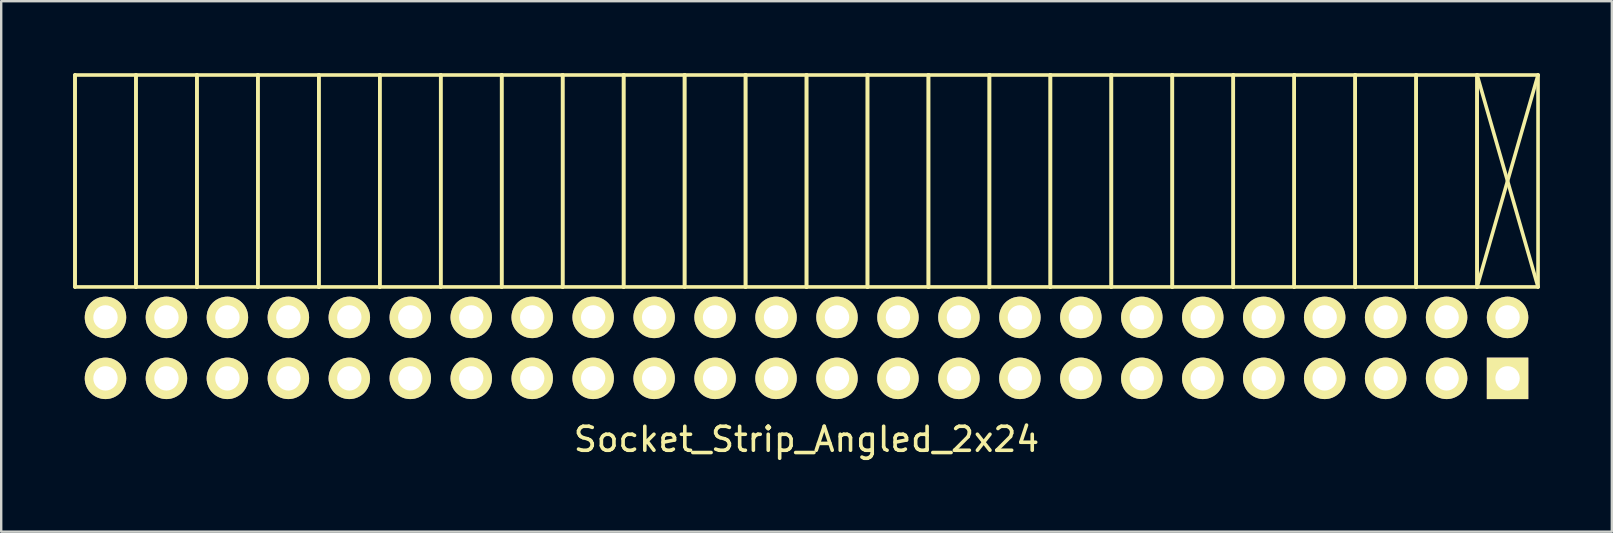
<source format=kicad_pcb>
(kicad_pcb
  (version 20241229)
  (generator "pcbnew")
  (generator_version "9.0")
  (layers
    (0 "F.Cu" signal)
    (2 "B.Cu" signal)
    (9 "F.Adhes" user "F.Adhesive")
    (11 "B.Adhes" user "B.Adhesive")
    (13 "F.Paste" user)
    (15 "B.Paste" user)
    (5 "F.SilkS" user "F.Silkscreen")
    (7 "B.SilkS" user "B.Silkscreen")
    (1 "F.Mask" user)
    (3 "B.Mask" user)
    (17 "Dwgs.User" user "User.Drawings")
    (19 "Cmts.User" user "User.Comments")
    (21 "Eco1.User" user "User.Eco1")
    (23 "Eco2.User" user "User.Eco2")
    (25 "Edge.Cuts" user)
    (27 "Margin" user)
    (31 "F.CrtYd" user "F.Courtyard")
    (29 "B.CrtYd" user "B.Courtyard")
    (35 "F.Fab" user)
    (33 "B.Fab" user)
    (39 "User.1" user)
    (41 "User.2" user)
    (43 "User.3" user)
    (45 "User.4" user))
  (footprint "Socket_Strip_Angled_2x24"
    (layer "F.Cu")
    (at 30.555 11.445)
    (property "Reference" "Socket_Strip_Angled_2x24" (at 0 3.81 0) (layer "F.SilkS") (effects (font (size 1 1) (thickness 0.15))))
    (attr through_hole)
    (fp_line (start -30.48 -11.37) (end -30.48 -2.54) (stroke (width 0.15) (type solid)) (layer "F.SilkS"))
    (fp_line (start -30.48 -2.54) (end -30.48 -11.37) (stroke (width 0.15) (type solid)) (layer "F.SilkS"))
    (fp_line (start -27.94 -11.37) (end -30.48 -11.37) (stroke (width 0.15) (type solid)) (layer "F.SilkS"))
    (fp_line (start -27.94 -11.37) (end -27.94 -2.54) (stroke (width 0.15) (type solid)) (layer "F.SilkS"))
    (fp_line (start -27.94 -2.54) (end -30.48 -2.54) (stroke (width 0.15) (type solid)) (layer "F.SilkS"))
    (fp_line (start -27.94 -2.54) (end -27.94 -11.37) (stroke (width 0.15) (type solid)) (layer "F.SilkS"))
    (fp_line (start -25.4 -11.37) (end -27.94 -11.37) (stroke (width 0.15) (type solid)) (layer "F.SilkS"))
    (fp_line (start -25.4 -11.37) (end -25.4 -2.54) (stroke (width 0.15) (type solid)) (layer "F.SilkS"))
    (fp_line (start -25.4 -2.54) (end -27.94 -2.54) (stroke (width 0.15) (type solid)) (layer "F.SilkS"))
    (fp_line (start -25.4 -2.54) (end -25.4 -11.37) (stroke (width 0.15) (type solid)) (layer "F.SilkS"))
    (fp_line (start -22.86 -11.37) (end -25.4 -11.37) (stroke (width 0.15) (type solid)) (layer "F.SilkS"))
    (fp_line (start -22.86 -11.37) (end -22.86 -2.54) (stroke (width 0.15) (type solid)) (layer "F.SilkS"))
    (fp_line (start -22.86 -2.54) (end -25.4 -2.54) (stroke (width 0.15) (type solid)) (layer "F.SilkS"))
    (fp_line (start -22.86 -2.54) (end -22.86 -11.37) (stroke (width 0.15) (type solid)) (layer "F.SilkS"))
    (fp_line (start -20.32 -11.37) (end -22.86 -11.37) (stroke (width 0.15) (type solid)) (layer "F.SilkS"))
    (fp_line (start -20.32 -11.37) (end -20.32 -2.54) (stroke (width 0.15) (type solid)) (layer "F.SilkS"))
    (fp_line (start -20.32 -2.54) (end -22.86 -2.54) (stroke (width 0.15) (type solid)) (layer "F.SilkS"))
    (fp_line (start -20.32 -2.54) (end -20.32 -11.37) (stroke (width 0.15) (type solid)) (layer "F.SilkS"))
    (fp_line (start -17.78 -11.37) (end -20.32 -11.37) (stroke (width 0.15) (type solid)) (layer "F.SilkS"))
    (fp_line (start -17.78 -11.37) (end -17.78 -2.54) (stroke (width 0.15) (type solid)) (layer "F.SilkS"))
    (fp_line (start -17.78 -2.54) (end -20.32 -2.54) (stroke (width 0.15) (type solid)) (layer "F.SilkS"))
    (fp_line (start -17.78 -2.54) (end -17.78 -11.37) (stroke (width 0.15) (type solid)) (layer "F.SilkS"))
    (fp_line (start -15.24 -11.37) (end -17.78 -11.37) (stroke (width 0.15) (type solid)) (layer "F.SilkS"))
    (fp_line (start -15.24 -11.37) (end -15.24 -2.54) (stroke (width 0.15) (type solid)) (layer "F.SilkS"))
    (fp_line (start -15.24 -2.54) (end -17.78 -2.54) (stroke (width 0.15) (type solid)) (layer "F.SilkS"))
    (fp_line (start -15.24 -2.54) (end -15.24 -11.37) (stroke (width 0.15) (type solid)) (layer "F.SilkS"))
    (fp_line (start -12.7 -11.37) (end -15.24 -11.37) (stroke (width 0.15) (type solid)) (layer "F.SilkS"))
    (fp_line (start -12.7 -11.37) (end -12.7 -2.54) (stroke (width 0.15) (type solid)) (layer "F.SilkS"))
    (fp_line (start -12.7 -2.54) (end -15.24 -2.54) (stroke (width 0.15) (type solid)) (layer "F.SilkS"))
    (fp_line (start -12.7 -2.54) (end -12.7 -11.37) (stroke (width 0.15) (type solid)) (layer "F.SilkS"))
    (fp_line (start -10.16 -11.37) (end -12.7 -11.37) (stroke (width 0.15) (type solid)) (layer "F.SilkS"))
    (fp_line (start -10.16 -11.37) (end -10.16 -2.54) (stroke (width 0.15) (type solid)) (layer "F.SilkS"))
    (fp_line (start -10.16 -2.54) (end -12.7 -2.54) (stroke (width 0.15) (type solid)) (layer "F.SilkS"))
    (fp_line (start -10.16 -2.54) (end -10.16 -11.37) (stroke (width 0.15) (type solid)) (layer "F.SilkS"))
    (fp_line (start -7.62 -11.37) (end -10.16 -11.37) (stroke (width 0.15) (type solid)) (layer "F.SilkS"))
    (fp_line (start -7.62 -11.37) (end -7.62 -2.54) (stroke (width 0.15) (type solid)) (layer "F.SilkS"))
    (fp_line (start -7.62 -2.54) (end -10.16 -2.54) (stroke (width 0.15) (type solid)) (layer "F.SilkS"))
    (fp_line (start -7.62 -2.54) (end -7.62 -11.37) (stroke (width 0.15) (type solid)) (layer "F.SilkS"))
    (fp_line (start -5.08 -11.37) (end -7.62 -11.37) (stroke (width 0.15) (type solid)) (layer "F.SilkS"))
    (fp_line (start -5.08 -11.37) (end -5.08 -2.54) (stroke (width 0.15) (type solid)) (layer "F.SilkS"))
    (fp_line (start -5.08 -2.54) (end -7.62 -2.54) (stroke (width 0.15) (type solid)) (layer "F.SilkS"))
    (fp_line (start -5.08 -2.54) (end -5.08 -11.37) (stroke (width 0.15) (type solid)) (layer "F.SilkS"))
    (fp_line (start -2.54 -11.37) (end -5.08 -11.37) (stroke (width 0.15) (type solid)) (layer "F.SilkS"))
    (fp_line (start -2.54 -11.37) (end -2.54 -2.54) (stroke (width 0.15) (type solid)) (layer "F.SilkS"))
    (fp_line (start -2.54 -2.54) (end -5.08 -2.54) (stroke (width 0.15) (type solid)) (layer "F.SilkS"))
    (fp_line (start -2.54 -2.54) (end -2.54 -11.37) (stroke (width 0.15) (type solid)) (layer "F.SilkS"))
    (fp_line (start 0 -11.37) (end -2.54 -11.37) (stroke (width 0.15) (type solid)) (layer "F.SilkS"))
    (fp_line (start 0 -11.37) (end 0 -2.54) (stroke (width 0.15) (type solid)) (layer "F.SilkS"))
    (fp_line (start 0 -2.54) (end -2.54 -2.54) (stroke (width 0.15) (type solid)) (layer "F.SilkS"))
    (fp_line (start 0 -2.54) (end 0 -11.37) (stroke (width 0.15) (type solid)) (layer "F.SilkS"))
    (fp_line (start 2.54 -11.37) (end 0 -11.37) (stroke (width 0.15) (type solid)) (layer "F.SilkS"))
    (fp_line (start 2.54 -11.37) (end 2.54 -2.54) (stroke (width 0.15) (type solid)) (layer "F.SilkS"))
    (fp_line (start 2.54 -2.54) (end 0 -2.54) (stroke (width 0.15) (type solid)) (layer "F.SilkS"))
    (fp_line (start 2.54 -2.54) (end 2.54 -11.37) (stroke (width 0.15) (type solid)) (layer "F.SilkS"))
    (fp_line (start 5.08 -11.37) (end 2.54 -11.37) (stroke (width 0.15) (type solid)) (layer "F.SilkS"))
    (fp_line (start 5.08 -11.37) (end 5.08 -2.54) (stroke (width 0.15) (type solid)) (layer "F.SilkS"))
    (fp_line (start 5.08 -2.54) (end 2.54 -2.54) (stroke (width 0.15) (type solid)) (layer "F.SilkS"))
    (fp_line (start 5.08 -2.54) (end 5.08 -11.37) (stroke (width 0.15) (type solid)) (layer "F.SilkS"))
    (fp_line (start 7.62 -11.37) (end 5.08 -11.37) (stroke (width 0.15) (type solid)) (layer "F.SilkS"))
    (fp_line (start 7.62 -11.37) (end 7.62 -2.54) (stroke (width 0.15) (type solid)) (layer "F.SilkS"))
    (fp_line (start 7.62 -2.54) (end 5.08 -2.54) (stroke (width 0.15) (type solid)) (layer "F.SilkS"))
    (fp_line (start 7.62 -2.54) (end 7.62 -11.37) (stroke (width 0.15) (type solid)) (layer "F.SilkS"))
    (fp_line (start 10.16 -11.37) (end 7.62 -11.37) (stroke (width 0.15) (type solid)) (layer "F.SilkS"))
    (fp_line (start 10.16 -11.37) (end 10.16 -2.54) (stroke (width 0.15) (type solid)) (layer "F.SilkS"))
    (fp_line (start 10.16 -2.54) (end 7.62 -2.54) (stroke (width 0.15) (type solid)) (layer "F.SilkS"))
    (fp_line (start 10.16 -2.54) (end 10.16 -11.37) (stroke (width 0.15) (type solid)) (layer "F.SilkS"))
    (fp_line (start 12.7 -11.37) (end 10.16 -11.37) (stroke (width 0.15) (type solid)) (layer "F.SilkS"))
    (fp_line (start 12.7 -11.37) (end 12.7 -2.54) (stroke (width 0.15) (type solid)) (layer "F.SilkS"))
    (fp_line (start 12.7 -2.54) (end 10.16 -2.54) (stroke (width 0.15) (type solid)) (layer "F.SilkS"))
    (fp_line (start 12.7 -2.54) (end 12.7 -11.37) (stroke (width 0.15) (type solid)) (layer "F.SilkS"))
    (fp_line (start 15.24 -11.37) (end 12.7 -11.37) (stroke (width 0.15) (type solid)) (layer "F.SilkS"))
    (fp_line (start 15.24 -11.37) (end 15.24 -2.54) (stroke (width 0.15) (type solid)) (layer "F.SilkS"))
    (fp_line (start 15.24 -2.54) (end 12.7 -2.54) (stroke (width 0.15) (type solid)) (layer "F.SilkS"))
    (fp_line (start 15.24 -2.54) (end 15.24 -11.37) (stroke (width 0.15) (type solid)) (layer "F.SilkS"))
    (fp_line (start 17.78 -11.37) (end 15.24 -11.37) (stroke (width 0.15) (type solid)) (layer "F.SilkS"))
    (fp_line (start 17.78 -11.37) (end 17.78 -2.54) (stroke (width 0.15) (type solid)) (layer "F.SilkS"))
    (fp_line (start 17.78 -2.54) (end 15.24 -2.54) (stroke (width 0.15) (type solid)) (layer "F.SilkS"))
    (fp_line (start 17.78 -2.54) (end 17.78 -11.37) (stroke (width 0.15) (type solid)) (layer "F.SilkS"))
    (fp_line (start 20.32 -11.37) (end 17.78 -11.37) (stroke (width 0.15) (type solid)) (layer "F.SilkS"))
    (fp_line (start 20.32 -11.37) (end 20.32 -2.54) (stroke (width 0.15) (type solid)) (layer "F.SilkS"))
    (fp_line (start 20.32 -2.54) (end 17.78 -2.54) (stroke (width 0.15) (type solid)) (layer "F.SilkS"))
    (fp_line (start 20.32 -2.54) (end 20.32 -11.37) (stroke (width 0.15) (type solid)) (layer "F.SilkS"))
    (fp_line (start 22.86 -11.37) (end 20.32 -11.37) (stroke (width 0.15) (type solid)) (layer "F.SilkS"))
    (fp_line (start 22.86 -11.37) (end 22.86 -2.54) (stroke (width 0.15) (type solid)) (layer "F.SilkS"))
    (fp_line (start 22.86 -2.54) (end 20.32 -2.54) (stroke (width 0.15) (type solid)) (layer "F.SilkS"))
    (fp_line (start 22.86 -2.54) (end 22.86 -11.37) (stroke (width 0.15) (type solid)) (layer "F.SilkS"))
    (fp_line (start 25.4 -11.37) (end 22.86 -11.37) (stroke (width 0.15) (type solid)) (layer "F.SilkS"))
    (fp_line (start 25.4 -11.37) (end 25.4 -2.54) (stroke (width 0.15) (type solid)) (layer "F.SilkS"))
    (fp_line (start 25.4 -2.54) (end 22.86 -2.54) (stroke (width 0.15) (type solid)) (layer "F.SilkS"))
    (fp_line (start 25.4 -2.54) (end 25.4 -11.37) (stroke (width 0.15) (type solid)) (layer "F.SilkS"))
    (fp_line (start 27.94 -11.37) (end 25.4 -11.37) (stroke (width 0.15) (type solid)) (layer "F.SilkS"))
    (fp_line (start 27.94 -11.37) (end 27.94 -2.54) (stroke (width 0.15) (type solid)) (layer "F.SilkS"))
    (fp_line (start 27.94 -2.54) (end 25.4 -2.54) (stroke (width 0.15) (type solid)) (layer "F.SilkS"))
    (fp_line (start 27.94 -2.54) (end 27.94 -11.37) (stroke (width 0.15) (type solid)) (layer "F.SilkS"))
    (fp_line (start 30.48 -11.37) (end 27.94 -11.37) (stroke (width 0.15) (type solid)) (layer "F.SilkS"))
    (fp_line (start 30.48 -11.37) (end 27.94 -2.54) (stroke (width 0.15) (type solid)) (layer "F.SilkS"))
    (fp_line (start 30.48 -2.54) (end 27.94 -11.37) (stroke (width 0.15) (type solid)) (layer "F.SilkS"))
    (fp_line (start 30.48 -2.54) (end 27.94 -2.54) (stroke (width 0.15) (type solid)) (layer "F.SilkS"))
    (fp_line (start 30.48 -2.54) (end 30.48 -11.37) (stroke (width 0.15) (type solid)) (layer "F.SilkS"))
    (pad "1" thru_hole rect (at 29.21 1.27 180) (size 1.727 1.727) (drill 1.016) (layers "*.Cu" "*.Mask" "F.SilkS"))
    (pad "2" thru_hole oval (at 29.21 -1.27 180) (size 1.727 1.727) (drill 1.016) (layers "*.Cu" "*.Mask" "F.SilkS"))
    (pad "3" thru_hole oval (at 26.67 1.27 180) (size 1.727 1.727) (drill 1.016) (layers "*.Cu" "*.Mask" "F.SilkS"))
    (pad "4" thru_hole oval (at 26.67 -1.27 180) (size 1.727 1.727) (drill 1.016) (layers "*.Cu" "*.Mask" "F.SilkS"))
    (pad "5" thru_hole oval (at 24.13 1.27 180) (size 1.727 1.727) (drill 1.016) (layers "*.Cu" "*.Mask" "F.SilkS"))
    (pad "6" thru_hole oval (at 24.13 -1.27 180) (size 1.727 1.727) (drill 1.016) (layers "*.Cu" "*.Mask" "F.SilkS"))
    (pad "7" thru_hole oval (at 21.59 1.27 180) (size 1.727 1.727) (drill 1.016) (layers "*.Cu" "*.Mask" "F.SilkS"))
    (pad "8" thru_hole oval (at 21.59 -1.27 180) (size 1.727 1.727) (drill 1.016) (layers "*.Cu" "*.Mask" "F.SilkS"))
    (pad "9" thru_hole oval (at 19.05 1.27 180) (size 1.727 1.727) (drill 1.016) (layers "*.Cu" "*.Mask" "F.SilkS"))
    (pad "10" thru_hole oval (at 19.05 -1.27 180) (size 1.727 1.727) (drill 1.016) (layers "*.Cu" "*.Mask" "F.SilkS"))
    (pad "11" thru_hole oval (at 16.51 1.27 180) (size 1.727 1.727) (drill 1.016) (layers "*.Cu" "*.Mask" "F.SilkS"))
    (pad "12" thru_hole oval (at 16.51 -1.27 180) (size 1.727 1.727) (drill 1.016) (layers "*.Cu" "*.Mask" "F.SilkS"))
    (pad "13" thru_hole oval (at 13.97 1.27 180) (size 1.727 1.727) (drill 1.016) (layers "*.Cu" "*.Mask" "F.SilkS"))
    (pad "14" thru_hole oval (at 13.97 -1.27 180) (size 1.727 1.727) (drill 1.016) (layers "*.Cu" "*.Mask" "F.SilkS"))
    (pad "15" thru_hole oval (at 11.43 1.27 180) (size 1.727 1.727) (drill 1.016) (layers "*.Cu" "*.Mask" "F.SilkS"))
    (pad "16" thru_hole oval (at 11.43 -1.27 180) (size 1.727 1.727) (drill 1.016) (layers "*.Cu" "*.Mask" "F.SilkS"))
    (pad "17" thru_hole oval (at 8.89 1.27 180) (size 1.727 1.727) (drill 1.016) (layers "*.Cu" "*.Mask" "F.SilkS"))
    (pad "18" thru_hole oval (at 8.89 -1.27 180) (size 1.727 1.727) (drill 1.016) (layers "*.Cu" "*.Mask" "F.SilkS"))
    (pad "19" thru_hole oval (at 6.35 1.27 180) (size 1.727 1.727) (drill 1.016) (layers "*.Cu" "*.Mask" "F.SilkS"))
    (pad "20" thru_hole oval (at 6.35 -1.27 180) (size 1.727 1.727) (drill 1.016) (layers "*.Cu" "*.Mask" "F.SilkS"))
    (pad "21" thru_hole oval (at 3.81 1.27 180) (size 1.727 1.727) (drill 1.016) (layers "*.Cu" "*.Mask" "F.SilkS"))
    (pad "22" thru_hole oval (at 3.81 -1.27 180) (size 1.727 1.727) (drill 1.016) (layers "*.Cu" "*.Mask" "F.SilkS"))
    (pad "23" thru_hole oval (at 1.27 1.27 180) (size 1.727 1.727) (drill 1.016) (layers "*.Cu" "*.Mask" "F.SilkS"))
    (pad "24" thru_hole oval (at 1.27 -1.27 180) (size 1.727 1.727) (drill 1.016) (layers "*.Cu" "*.Mask" "F.SilkS"))
    (pad "25" thru_hole oval (at -1.27 1.27 180) (size 1.727 1.727) (drill 1.016) (layers "*.Cu" "*.Mask" "F.SilkS"))
    (pad "26" thru_hole oval (at -1.27 -1.27 180) (size 1.727 1.727) (drill 1.016) (layers "*.Cu" "*.Mask" "F.SilkS"))
    (pad "27" thru_hole oval (at -3.81 1.27 180) (size 1.727 1.727) (drill 1.016) (layers "*.Cu" "*.Mask" "F.SilkS"))
    (pad "28" thru_hole oval (at -3.81 -1.27 180) (size 1.727 1.727) (drill 1.016) (layers "*.Cu" "*.Mask" "F.SilkS"))
    (pad "29" thru_hole oval (at -6.35 1.27 180) (size 1.727 1.727) (drill 1.016) (layers "*.Cu" "*.Mask" "F.SilkS"))
    (pad "30" thru_hole oval (at -6.35 -1.27 180) (size 1.727 1.727) (drill 1.016) (layers "*.Cu" "*.Mask" "F.SilkS"))
    (pad "31" thru_hole oval (at -8.89 1.27 180) (size 1.727 1.727) (drill 1.016) (layers "*.Cu" "*.Mask" "F.SilkS"))
    (pad "32" thru_hole oval (at -8.89 -1.27 180) (size 1.727 1.727) (drill 1.016) (layers "*.Cu" "*.Mask" "F.SilkS"))
    (pad "33" thru_hole oval (at -11.43 1.27 180) (size 1.727 1.727) (drill 1.016) (layers "*.Cu" "*.Mask" "F.SilkS"))
    (pad "34" thru_hole oval (at -11.43 -1.27 180) (size 1.727 1.727) (drill 1.016) (layers "*.Cu" "*.Mask" "F.SilkS"))
    (pad "35" thru_hole oval (at -13.97 1.27 180) (size 1.727 1.727) (drill 1.016) (layers "*.Cu" "*.Mask" "F.SilkS"))
    (pad "36" thru_hole oval (at -13.97 -1.27 180) (size 1.727 1.727) (drill 1.016) (layers "*.Cu" "*.Mask" "F.SilkS"))
    (pad "37" thru_hole oval (at -16.51 1.27 180) (size 1.727 1.727) (drill 1.016) (layers "*.Cu" "*.Mask" "F.SilkS"))
    (pad "38" thru_hole oval (at -16.51 -1.27 180) (size 1.727 1.727) (drill 1.016) (layers "*.Cu" "*.Mask" "F.SilkS"))
    (pad "39" thru_hole oval (at -19.05 1.27 180) (size 1.727 1.727) (drill 1.016) (layers "*.Cu" "*.Mask" "F.SilkS"))
    (pad "40" thru_hole oval (at -19.05 -1.27 180) (size 1.727 1.727) (drill 1.016) (layers "*.Cu" "*.Mask" "F.SilkS"))
    (pad "41" thru_hole oval (at -21.59 1.27 180) (size 1.727 1.727) (drill 1.016) (layers "*.Cu" "*.Mask" "F.SilkS"))
    (pad "42" thru_hole oval (at -21.59 -1.27 180) (size 1.727 1.727) (drill 1.016) (layers "*.Cu" "*.Mask" "F.SilkS"))
    (pad "43" thru_hole oval (at -24.13 1.27 180) (size 1.727 1.727) (drill 1.016) (layers "*.Cu" "*.Mask" "F.SilkS"))
    (pad "44" thru_hole oval (at -24.13 -1.27 180) (size 1.727 1.727) (drill 1.016) (layers "*.Cu" "*.Mask" "F.SilkS"))
    (pad "45" thru_hole oval (at -26.67 1.27 180) (size 1.727 1.727) (drill 1.016) (layers "*.Cu" "*.Mask" "F.SilkS"))
    (pad "46" thru_hole oval (at -26.67 -1.27 180) (size 1.727 1.727) (drill 1.016) (layers "*.Cu" "*.Mask" "F.SilkS"))
    (pad "47" thru_hole oval (at -29.21 1.27 180) (size 1.727 1.727) (drill 1.016) (layers "*.Cu" "*.Mask" "F.SilkS"))
    (pad "48" thru_hole oval (at -29.21 -1.27 180) (size 1.727 1.727) (drill 1.016) (layers "*.Cu" "*.Mask" "F.SilkS")))
  (gr_rect
    (start -3 -3)
    (end 64.11 19.103)
    (stroke (width 0.1) (type default))
    (fill no)
    (layer "Edge.Cuts")))
</source>
